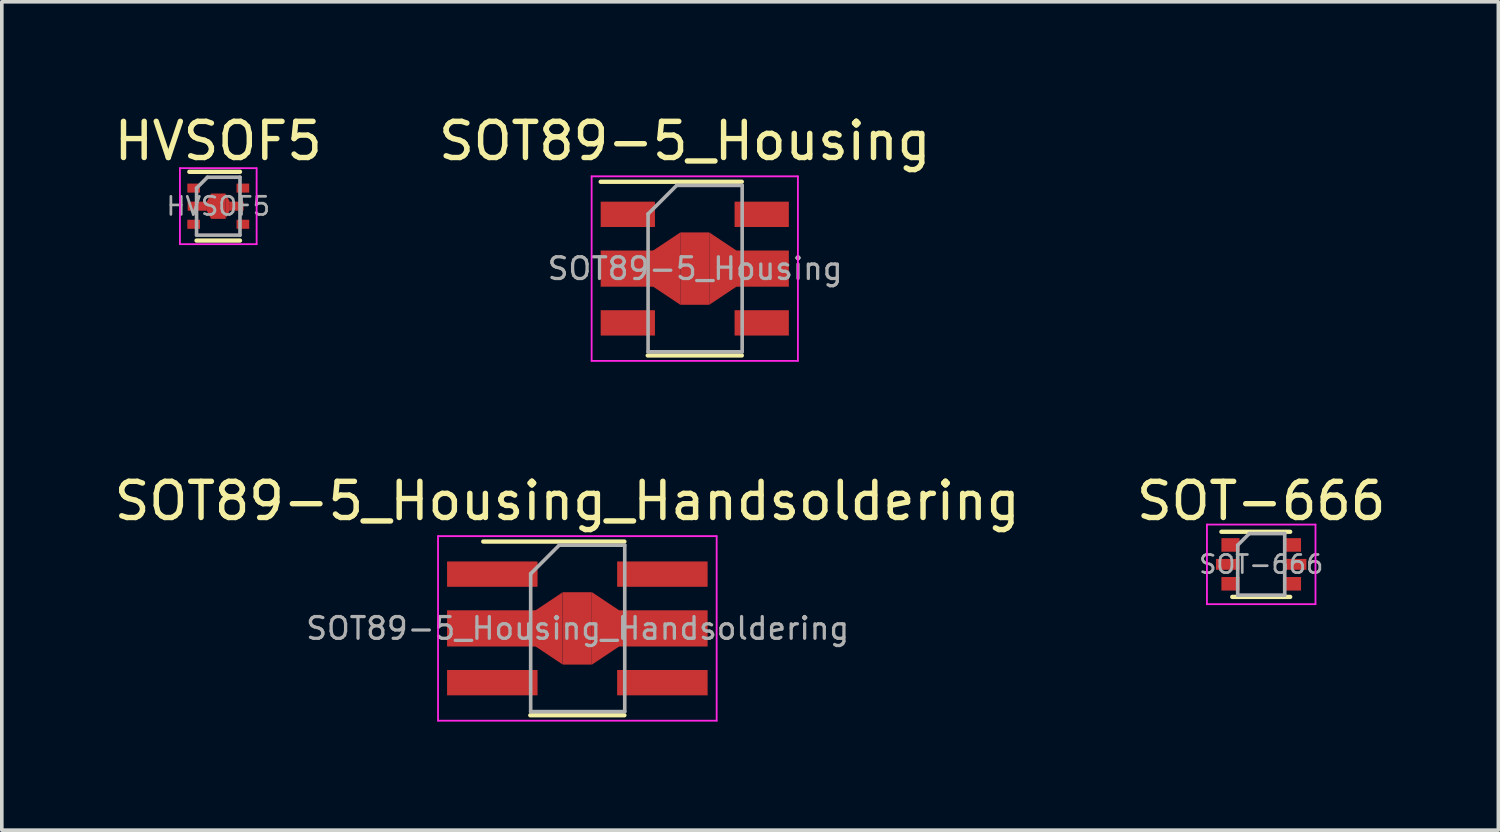
<source format=kicad_pcb>
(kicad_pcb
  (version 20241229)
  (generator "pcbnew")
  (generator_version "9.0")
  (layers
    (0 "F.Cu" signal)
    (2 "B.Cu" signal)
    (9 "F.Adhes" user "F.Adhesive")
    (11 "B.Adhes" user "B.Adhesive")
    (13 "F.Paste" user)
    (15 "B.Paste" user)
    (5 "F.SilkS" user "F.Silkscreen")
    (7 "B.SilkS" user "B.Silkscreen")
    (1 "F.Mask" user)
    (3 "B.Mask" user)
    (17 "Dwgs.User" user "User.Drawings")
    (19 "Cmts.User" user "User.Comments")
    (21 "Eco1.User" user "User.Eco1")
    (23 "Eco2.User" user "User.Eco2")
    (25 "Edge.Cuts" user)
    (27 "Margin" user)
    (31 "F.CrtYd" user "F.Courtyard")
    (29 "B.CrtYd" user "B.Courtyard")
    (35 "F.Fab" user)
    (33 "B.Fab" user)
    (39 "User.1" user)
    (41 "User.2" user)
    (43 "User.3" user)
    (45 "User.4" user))
  (footprint "SOT89-5_Housing_Handsoldering"
    (layer "F.Cu")
    (at 12.905 14.316)
    (property "Reference" "SOT89-5_Housing_Handsoldering" (at -0.28 -3.52 0) (layer "F.SilkS") (effects (font (size 1 1) (thickness 0.15))))
    (attr smd)
    (fp_line (start -2.6 -2.4) (end 1.3 -2.4) (stroke (width 0.12) (type solid)) (layer "F.SilkS"))
    (fp_line (start 1.3 2.4) (end -1.3 2.4) (stroke (width 0.12) (type solid)) (layer "F.SilkS"))
    (fp_line (start -3.85 -2.55) (end 3.85 -2.55) (stroke (width 0.05) (type solid)) (layer "F.CrtYd"))
    (fp_line (start -3.85 2.55) (end -3.85 -2.55) (stroke (width 0.05) (type solid)) (layer "F.CrtYd"))
    (fp_line (start -3.85 2.55) (end 3.85 2.55) (stroke (width 0.05) (type solid)) (layer "F.CrtYd"))
    (fp_line (start 3.85 -2.55) (end 3.85 2.55) (stroke (width 0.05) (type solid)) (layer "F.CrtYd"))
    (fp_line (start -1.29 -1.51) (end -0.5 -2.3) (stroke (width 0.1) (type solid)) (layer "F.Fab"))
    (fp_line (start -1.29 2.3) (end -1.29 -1.51) (stroke (width 0.1) (type solid)) (layer "F.Fab"))
    (fp_line (start -0.5 -2.3) (end 1.31 -2.3) (stroke (width 0.1) (type solid)) (layer "F.Fab"))
    (fp_line (start 1.31 -2.3) (end 1.31 2.3) (stroke (width 0.1) (type solid)) (layer "F.Fab"))
    (fp_line (start 1.31 2.3) (end -1.29 2.3) (stroke (width 0.1) (type solid)) (layer "F.Fab"))
    (fp_text user "${REFERENCE}" (at 0.01 0 0) (layer "F.Fab") (effects (font (size 0.6 0.6) (thickness 0.09))))
    (pad "1" smd rect (at -2.35 -1.5 270) (size 0.7 2.5) (layers "F.Cu" "F.Mask" "F.Paste"))
    (pad "2" smd rect (at -2.35 0 270) (size 1 2.5) (layers "F.Cu" "F.Mask" "F.Paste"))
    (pad "2" smd trapezoid (at -0.78 0 90) (size 1.5 0.75) (rect_delta 0 0.5) (layers "F.Cu" "F.Mask" "F.Paste"))
    (pad "2" smd rect (at 0 0 270) (size 2 0.8) (layers "F.Cu" "F.Mask" "F.Paste"))
    (pad "2" smd trapezoid (at 0.78 0 270) (size 1.5 0.75) (rect_delta 0 0.5) (layers "F.Cu" "F.Mask" "F.Paste"))
    (pad "2" smd rect (at 2.35 0 270) (size 1 2.5) (layers "F.Cu" "F.Mask" "F.Paste"))
    (pad "3" smd rect (at -2.35 1.5 270) (size 0.7 2.5) (layers "F.Cu" "F.Mask" "F.Paste"))
    (pad "4" smd rect (at 2.35 1.5 270) (size 0.7 2.5) (layers "F.Cu" "F.Mask" "F.Paste"))
    (pad "5" smd rect (at 2.35 -1.5 270) (size 0.7 2.5) (layers "F.Cu" "F.Mask" "F.Paste")))
  (footprint "SOT-666"
    (layer "F.Cu")
    (at 31.804 12.546)
    (property "Reference" "SOT-666" (at 0 -1.75 0) (layer "F.SilkS") (effects (font (size 1 1) (thickness 0.15))))
    (attr smd)
    (fp_line (start -0.8 0.9) (end 0.8 0.9) (stroke (width 0.12) (type solid)) (layer "F.SilkS"))
    (fp_line (start 0.8 -0.9) (end -1.1 -0.9) (stroke (width 0.12) (type solid)) (layer "F.SilkS"))
    (fp_line (start -1.5 -1.1) (end -1.5 1.1) (stroke (width 0.05) (type solid)) (layer "F.CrtYd"))
    (fp_line (start -1.5 -1.1) (end 1.5 -1.1) (stroke (width 0.05) (type solid)) (layer "F.CrtYd"))
    (fp_line (start -1.5 1.1) (end 1.5 1.1) (stroke (width 0.05) (type solid)) (layer "F.CrtYd"))
    (fp_line (start 1.5 1.1) (end 1.5 -1.1) (stroke (width 0.05) (type solid)) (layer "F.CrtYd"))
    (fp_line (start -0.65 -0.53) (end -0.65 0.85) (stroke (width 0.1) (type solid)) (layer "F.Fab"))
    (fp_line (start -0.65 -0.53) (end -0.33 -0.85) (stroke (width 0.1) (type solid)) (layer "F.Fab"))
    (fp_line (start 0.65 -0.85) (end -0.33 -0.85) (stroke (width 0.1) (type solid)) (layer "F.Fab"))
    (fp_line (start 0.65 -0.85) (end 0.65 0.85) (stroke (width 0.1) (type solid)) (layer "F.Fab"))
    (fp_line (start 0.65 0.85) (end -0.65 0.85) (stroke (width 0.1) (type solid)) (layer "F.Fab"))
    (fp_text user "${REFERENCE}" (at 0 0 0) (layer "F.Fab") (effects (font (size 0.5 0.5) (thickness 0.075))))
    (pad "1" smd rect (at -0.85 -0.537) (size 0.5 0.375) (layers "F.Cu" "F.Mask" "F.Paste"))
    (pad "2" smd rect (at -0.925 0) (size 0.65 0.3) (layers "F.Cu" "F.Mask" "F.Paste"))
    (pad "3" smd rect (at -0.85 0.537) (size 0.5 0.375) (layers "F.Cu" "F.Mask" "F.Paste"))
    (pad "4" smd rect (at 0.85 0.537) (size 0.5 0.375) (layers "F.Cu" "F.Mask" "F.Paste"))
    (pad "5" smd rect (at 0.925 0) (size 0.65 0.3) (layers "F.Cu" "F.Mask" "F.Paste"))
    (pad "6" smd rect (at 0.85 -0.537) (size 0.5 0.375) (layers "F.Cu" "F.Mask" "F.Paste")))
  (footprint "SOT89-5_Housing"
    (layer "F.Cu")
    (at 16.15 4.373)
    (property "Reference" "SOT89-5_Housing" (at -0.275 -3.525 0) (layer "F.SilkS") (effects (font (size 1 1) (thickness 0.15))))
    (attr smd)
    (fp_line (start -2.6 -2.4) (end 1.3 -2.4) (stroke (width 0.12) (type solid)) (layer "F.SilkS"))
    (fp_line (start 1.3 2.4) (end -1.3 2.4) (stroke (width 0.12) (type solid)) (layer "F.SilkS"))
    (fp_line (start -2.85 2.55) (end -2.85 -2.55) (stroke (width 0.05) (type solid)) (layer "F.CrtYd"))
    (fp_line (start -2.85 2.55) (end 2.85 2.55) (stroke (width 0.05) (type solid)) (layer "F.CrtYd"))
    (fp_line (start 2.85 -2.55) (end -2.85 -2.55) (stroke (width 0.05) (type solid)) (layer "F.CrtYd"))
    (fp_line (start 2.85 -2.55) (end 2.85 2.55) (stroke (width 0.05) (type solid)) (layer "F.CrtYd"))
    (fp_line (start -1.29 -1.51) (end -0.5 -2.3) (stroke (width 0.1) (type solid)) (layer "F.Fab"))
    (fp_line (start -1.29 2.3) (end -1.29 -1.51) (stroke (width 0.1) (type solid)) (layer "F.Fab"))
    (fp_line (start -0.5 -2.3) (end 1.31 -2.3) (stroke (width 0.1) (type solid)) (layer "F.Fab"))
    (fp_line (start 1.31 -2.3) (end 1.31 2.3) (stroke (width 0.1) (type solid)) (layer "F.Fab"))
    (fp_line (start 1.31 2.3) (end -1.29 2.3) (stroke (width 0.1) (type solid)) (layer "F.Fab"))
    (fp_text user "${REFERENCE}" (at 0.01 0 0) (layer "F.Fab") (effects (font (size 0.6 0.6) (thickness 0.09))))
    (pad "1" smd rect (at -1.85 -1.5 270) (size 0.7 1.5) (layers "F.Cu" "F.Mask" "F.Paste"))
    (pad "2" smd rect (at -1.85 0 270) (size 1 1.5) (layers "F.Cu" "F.Mask" "F.Paste"))
    (pad "2" smd trapezoid (at -0.775 0 90) (size 1.5 0.75) (rect_delta 0 0.5) (layers "F.Cu" "F.Mask" "F.Paste"))
    (pad "2" smd rect (at 0 0 270) (size 2 0.8) (layers "F.Cu" "F.Mask" "F.Paste"))
    (pad "2" smd trapezoid (at 0.775 0 270) (size 1.5 0.75) (rect_delta 0 0.5) (layers "F.Cu" "F.Mask" "F.Paste"))
    (pad "2" smd rect (at 1.85 0 270) (size 1 1.5) (layers "F.Cu" "F.Mask" "F.Paste"))
    (pad "3" smd rect (at -1.85 1.5 270) (size 0.7 1.5) (layers "F.Cu" "F.Mask" "F.Paste"))
    (pad "4" smd rect (at 1.85 1.5 270) (size 0.7 1.5) (layers "F.Cu" "F.Mask" "F.Paste"))
    (pad "5" smd rect (at 1.85 -1.5 270) (size 0.7 1.5) (layers "F.Cu" "F.Mask" "F.Paste")))
  (footprint "HVSOF5"
    (layer "F.Cu")
    (at 2.982 2.648)
    (property "Reference" "HVSOF5" (at 0 -1.8 0) (layer "F.SilkS") (effects (font (size 1 1) (thickness 0.15))))
    (attr smd)
    (fp_line (start -0.8 -0.95) (end 0.6 -0.95) (stroke (width 0.12) (type solid)) (layer "F.SilkS"))
    (fp_line (start -0.6 0.95) (end 0.6 0.95) (stroke (width 0.12) (type solid)) (layer "F.SilkS"))
    (fp_line (start -1.06 -1.05) (end -1.06 1.05) (stroke (width 0.05) (type solid)) (layer "F.CrtYd"))
    (fp_line (start -1.06 -1.05) (end 1.06 -1.05) (stroke (width 0.05) (type solid)) (layer "F.CrtYd"))
    (fp_line (start 1.06 1.05) (end -1.06 1.05) (stroke (width 0.05) (type solid)) (layer "F.CrtYd"))
    (fp_line (start 1.06 1.05) (end 1.06 -1.05) (stroke (width 0.05) (type solid)) (layer "F.CrtYd"))
    (fp_line (start -0.6 -0.5) (end -0.6 0.8) (stroke (width 0.1) (type solid)) (layer "F.Fab"))
    (fp_line (start -0.6 -0.5) (end -0.3 -0.8) (stroke (width 0.1) (type solid)) (layer "F.Fab"))
    (fp_line (start 0.6 -0.8) (end -0.3 -0.8) (stroke (width 0.1) (type solid)) (layer "F.Fab"))
    (fp_line (start 0.6 -0.8) (end 0.6 0.8) (stroke (width 0.1) (type solid)) (layer "F.Fab"))
    (fp_line (start 0.6 0.8) (end -0.6 0.8) (stroke (width 0.1) (type solid)) (layer "F.Fab"))
    (fp_text user "${REFERENCE}" (at 0 0 0) (layer "F.Fab") (effects (font (size 0.5 0.5) (thickness 0.075))))
    (pad "1" smd rect (at -0.68 -0.5 270) (size 0.25 0.35) (layers "F.Cu" "F.Mask" "F.Paste"))
    (pad "2" smd rect (at -0.58 0 270) (size 0.25 0.53) (layers "F.Cu" "F.Mask" "F.Paste"))
    (pad "2" smd trapezoid (at -0.26 0 270) (size 0.47 0.12) (rect_delta 0 -0.23) (layers "F.Cu" "F.Mask" "F.Paste"))
    (pad "2" smd rect (at 0 0 270) (size 0.7 0.4) (layers "F.Cu" "F.Mask" "F.Paste"))
    (pad "2" smd trapezoid (at 0.26 0 270) (size 0.47 0.12) (rect_delta 0 0.23) (layers "F.Cu" "F.Mask" "F.Paste"))
    (pad "2" smd rect (at 0.51 0 270) (size 0.25 0.38) (layers "F.Cu" "F.Mask" "F.Paste"))
    (pad "3" smd rect (at -0.68 0.5 270) (size 0.25 0.35) (layers "F.Cu" "F.Mask" "F.Paste"))
    (pad "4" smd rect (at 0.68 0.5 270) (size 0.25 0.35) (layers "F.Cu" "F.Mask" "F.Paste"))
    (pad "5" smd rect (at 0.68 -0.5 270) (size 0.25 0.35) (layers "F.Cu" "F.Mask" "F.Paste")))
  (gr_rect
    (start -3 -3)
    (end 38.357 19.892)
    (stroke (width 0.1) (type default))
    (fill no)
    (layer "Edge.Cuts")))
</source>
